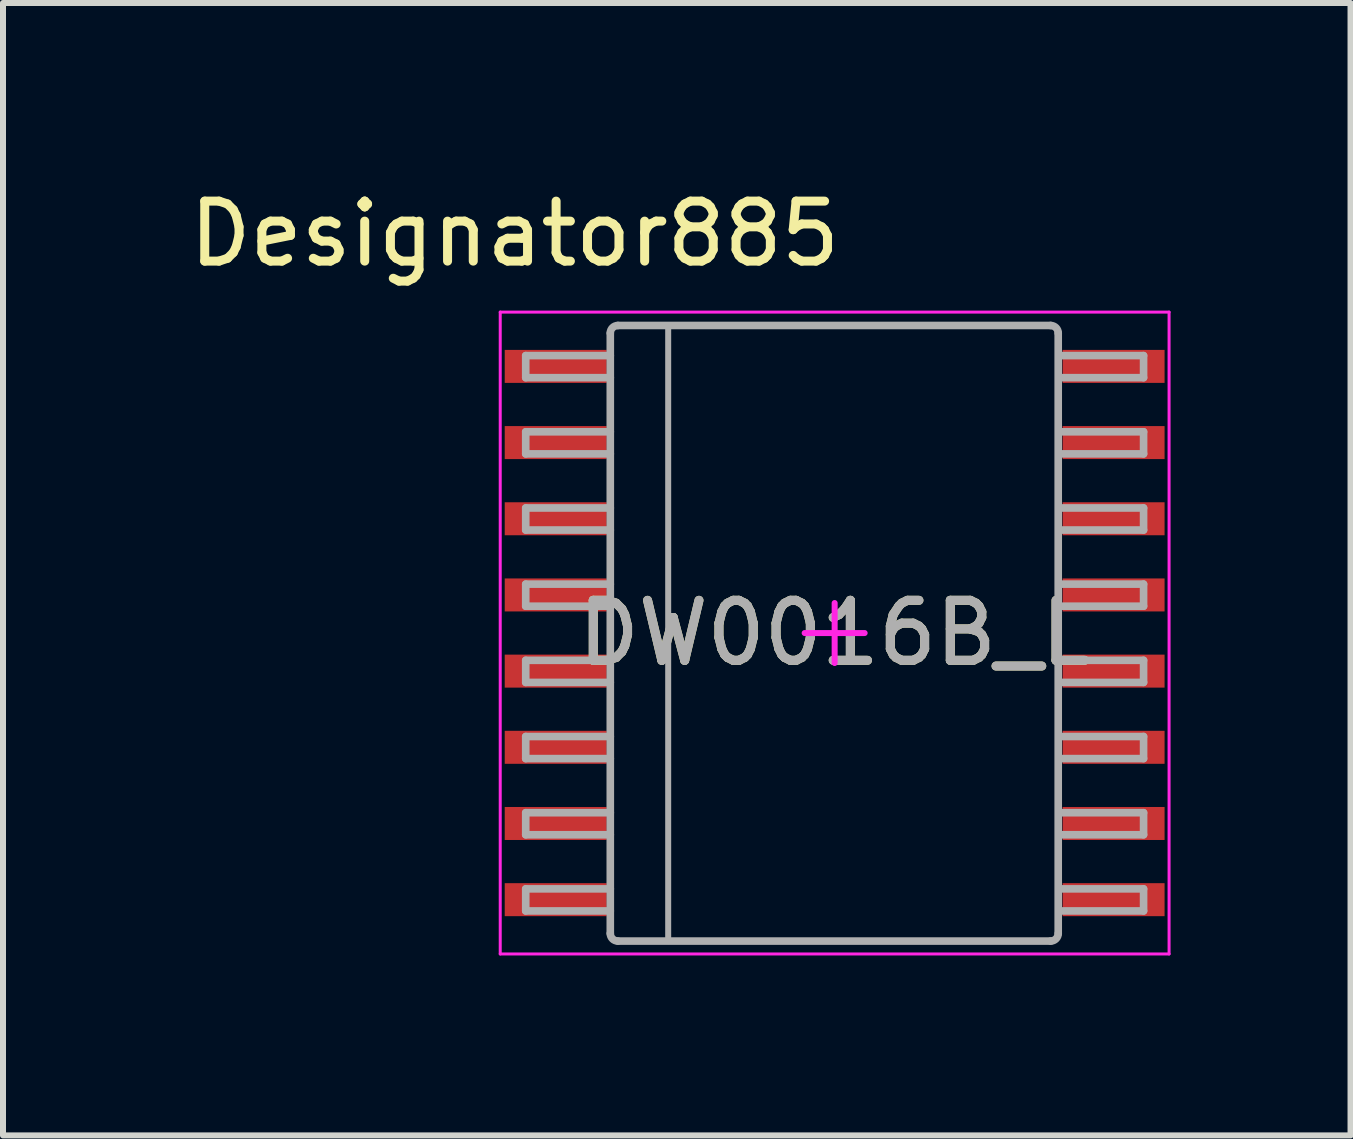
<source format=kicad_pcb>
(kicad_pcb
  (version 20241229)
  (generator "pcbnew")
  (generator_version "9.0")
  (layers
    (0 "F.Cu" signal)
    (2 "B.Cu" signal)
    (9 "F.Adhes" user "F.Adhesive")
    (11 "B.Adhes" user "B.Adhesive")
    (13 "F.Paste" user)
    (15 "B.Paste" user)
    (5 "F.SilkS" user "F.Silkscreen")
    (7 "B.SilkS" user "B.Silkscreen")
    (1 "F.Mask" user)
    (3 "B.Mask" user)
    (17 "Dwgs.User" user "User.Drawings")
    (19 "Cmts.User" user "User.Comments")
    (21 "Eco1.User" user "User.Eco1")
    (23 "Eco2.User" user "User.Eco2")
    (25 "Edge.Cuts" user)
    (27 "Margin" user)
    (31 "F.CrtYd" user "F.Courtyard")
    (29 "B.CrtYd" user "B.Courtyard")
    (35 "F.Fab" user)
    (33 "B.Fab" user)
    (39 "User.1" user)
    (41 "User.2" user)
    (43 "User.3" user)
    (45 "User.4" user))
  (footprint "DW0016B_L"
    (layer "F.Cu")
    (at 10.864 7.503)
    (property "Reference" "DW0016B_L" (at 0 0 0) (unlocked yes) (layer "F.SilkS") (effects (font (size 1 1) (thickness 0.15))))
    (attr smd)
    (fp_line (start -5.575 -5.35) (end 5.575 -5.35) (stroke (width 0.05) (type solid)) (layer "F.CrtYd"))
    (fp_line (start -5.575 5.35) (end -5.575 -5.35) (stroke (width 0.05) (type solid)) (layer "F.CrtYd"))
    (fp_line (start -5.575 5.35) (end 5.575 5.35) (stroke (width 0.05) (type solid)) (layer "F.CrtYd"))
    (fp_line (start -0.5 0) (end 0.5 0) (stroke (width 0.1) (type solid)) (layer "F.CrtYd"))
    (fp_line (start 0 0.5) (end 0 -0.5) (stroke (width 0.1) (type solid)) (layer "F.CrtYd"))
    (fp_line (start 5.575 5.35) (end 5.575 -5.35) (stroke (width 0.05) (type solid)) (layer "F.CrtYd"))
    (fp_line (start -5.15 -4.625) (end -3.74 -4.625) (stroke (width 0.127) (type solid)) (layer "F.Fab"))
    (fp_line (start -5.15 -4.257) (end -5.15 -4.625) (stroke (width 0.127) (type solid)) (layer "F.Fab"))
    (fp_line (start -5.15 -4.257) (end -3.74 -4.257) (stroke (width 0.127) (type solid)) (layer "F.Fab"))
    (fp_line (start -5.15 -3.355) (end -3.74 -3.355) (stroke (width 0.127) (type solid)) (layer "F.Fab"))
    (fp_line (start -5.15 -2.987) (end -5.15 -3.355) (stroke (width 0.127) (type solid)) (layer "F.Fab"))
    (fp_line (start -5.15 -2.987) (end -3.74 -2.987) (stroke (width 0.127) (type solid)) (layer "F.Fab"))
    (fp_line (start -5.15 -2.085) (end -3.74 -2.085) (stroke (width 0.127) (type solid)) (layer "F.Fab"))
    (fp_line (start -5.15 -1.717) (end -5.15 -2.085) (stroke (width 0.127) (type solid)) (layer "F.Fab"))
    (fp_line (start -5.15 -1.717) (end -3.74 -1.717) (stroke (width 0.127) (type solid)) (layer "F.Fab"))
    (fp_line (start -5.15 -0.815) (end -3.74 -0.815) (stroke (width 0.127) (type solid)) (layer "F.Fab"))
    (fp_line (start -5.15 -0.447) (end -5.15 -0.815) (stroke (width 0.127) (type solid)) (layer "F.Fab"))
    (fp_line (start -5.15 -0.447) (end -3.74 -0.447) (stroke (width 0.127) (type solid)) (layer "F.Fab"))
    (fp_line (start -5.15 0.455) (end -3.74 0.455) (stroke (width 0.127) (type solid)) (layer "F.Fab"))
    (fp_line (start -5.15 0.823) (end -5.15 0.455) (stroke (width 0.127) (type solid)) (layer "F.Fab"))
    (fp_line (start -5.15 0.823) (end -3.74 0.823) (stroke (width 0.127) (type solid)) (layer "F.Fab"))
    (fp_line (start -5.15 1.725) (end -3.74 1.725) (stroke (width 0.127) (type solid)) (layer "F.Fab"))
    (fp_line (start -5.15 2.093) (end -5.15 1.725) (stroke (width 0.127) (type solid)) (layer "F.Fab"))
    (fp_line (start -5.15 2.093) (end -3.74 2.093) (stroke (width 0.127) (type solid)) (layer "F.Fab"))
    (fp_line (start -5.15 2.995) (end -3.74 2.995) (stroke (width 0.127) (type solid)) (layer "F.Fab"))
    (fp_line (start -5.15 3.363) (end -5.15 2.995) (stroke (width 0.127) (type solid)) (layer "F.Fab"))
    (fp_line (start -5.15 3.363) (end -3.74 3.363) (stroke (width 0.127) (type solid)) (layer "F.Fab"))
    (fp_line (start -5.15 4.265) (end -3.74 4.265) (stroke (width 0.127) (type solid)) (layer "F.Fab"))
    (fp_line (start -5.15 4.633) (end -5.15 4.265) (stroke (width 0.127) (type solid)) (layer "F.Fab"))
    (fp_line (start -5.15 4.633) (end -3.74 4.633) (stroke (width 0.127) (type solid)) (layer "F.Fab"))
    (fp_line (start -3.74 5.008) (end -3.74 -5) (stroke (width 0.127) (type solid)) (layer "F.Fab"))
    (fp_line (start -3.614 -5.127) (end 3.601 -5.127) (stroke (width 0.127) (type solid)) (layer "F.Fab"))
    (fp_line (start -3.614 5.135) (end 3.601 5.135) (stroke (width 0.127) (type solid)) (layer "F.Fab"))
    (fp_line (start -2.775 5.135) (end -2.775 -5.127) (stroke (width 0.1) (type solid)) (layer "F.Fab"))
    (fp_line (start 3.727 5.008) (end 3.727 -5) (stroke (width 0.127) (type solid)) (layer "F.Fab"))
    (fp_line (start 3.74 -4.625) (end 5.15 -4.625) (stroke (width 0.127) (type solid)) (layer "F.Fab"))
    (fp_line (start 3.74 -4.257) (end 5.15 -4.257) (stroke (width 0.127) (type solid)) (layer "F.Fab"))
    (fp_line (start 3.74 -3.355) (end 5.15 -3.355) (stroke (width 0.127) (type solid)) (layer "F.Fab"))
    (fp_line (start 3.74 -2.987) (end 5.15 -2.987) (stroke (width 0.127) (type solid)) (layer "F.Fab"))
    (fp_line (start 3.74 -2.085) (end 5.15 -2.085) (stroke (width 0.127) (type solid)) (layer "F.Fab"))
    (fp_line (start 3.74 -1.717) (end 5.15 -1.717) (stroke (width 0.127) (type solid)) (layer "F.Fab"))
    (fp_line (start 3.74 -0.815) (end 5.15 -0.815) (stroke (width 0.127) (type solid)) (layer "F.Fab"))
    (fp_line (start 3.74 -0.447) (end 5.15 -0.447) (stroke (width 0.127) (type solid)) (layer "F.Fab"))
    (fp_line (start 3.74 0.455) (end 5.15 0.455) (stroke (width 0.127) (type solid)) (layer "F.Fab"))
    (fp_line (start 3.74 0.823) (end 5.15 0.823) (stroke (width 0.127) (type solid)) (layer "F.Fab"))
    (fp_line (start 3.74 1.725) (end 5.15 1.725) (stroke (width 0.127) (type solid)) (layer "F.Fab"))
    (fp_line (start 3.74 2.093) (end 5.15 2.093) (stroke (width 0.127) (type solid)) (layer "F.Fab"))
    (fp_line (start 3.74 2.995) (end 5.15 2.995) (stroke (width 0.127) (type solid)) (layer "F.Fab"))
    (fp_line (start 3.74 3.363) (end 5.15 3.363) (stroke (width 0.127) (type solid)) (layer "F.Fab"))
    (fp_line (start 3.74 4.265) (end 5.15 4.265) (stroke (width 0.127) (type solid)) (layer "F.Fab"))
    (fp_line (start 3.74 4.633) (end 5.15 4.633) (stroke (width 0.127) (type solid)) (layer "F.Fab"))
    (fp_line (start 5.15 -4.257) (end 5.15 -4.625) (stroke (width 0.127) (type solid)) (layer "F.Fab"))
    (fp_line (start 5.15 -2.987) (end 5.15 -3.355) (stroke (width 0.127) (type solid)) (layer "F.Fab"))
    (fp_line (start 5.15 -1.717) (end 5.15 -2.085) (stroke (width 0.127) (type solid)) (layer "F.Fab"))
    (fp_line (start 5.15 -0.447) (end 5.15 -0.815) (stroke (width 0.127) (type solid)) (layer "F.Fab"))
    (fp_line (start 5.15 0.823) (end 5.15 0.455) (stroke (width 0.127) (type solid)) (layer "F.Fab"))
    (fp_line (start 5.15 2.093) (end 5.15 1.725) (stroke (width 0.127) (type solid)) (layer "F.Fab"))
    (fp_line (start 5.15 3.363) (end 5.15 2.995) (stroke (width 0.127) (type solid)) (layer "F.Fab"))
    (fp_line (start 5.15 4.633) (end 5.15 4.265) (stroke (width 0.127) (type solid)) (layer "F.Fab"))
    (fp_arc (start -3.740299 -5.000131) (mid -3.703105 -5.089455) (end -3.613781 -5.126649) (stroke (width 0.127) (type solid)) (layer "F.Fab"))
    (fp_arc (start -3.613781 5.134949) (mid -3.703105 5.097755) (end -3.740299 5.008432) (stroke (width 0.127) (type solid)) (layer "F.Fab"))
    (fp_arc (start 3.600756 -5.126649) (mid 3.690092 -5.08946) (end 3.727299 -5.000131) (stroke (width 0.127) (type solid)) (layer "F.Fab"))
    (fp_arc (start 3.727299 5.008432) (mid 3.690092 5.09776) (end 3.600756 5.13495) (stroke (width 0.127) (type solid)) (layer "F.Fab"))
    (fp_text user "Designator885" (at -5.334 -6.655 0) (unlocked yes) (layer "F.SilkS") (effects (font (size 1 1) (thickness 0.15))))
    (fp_text user "${REFERENCE}" (at 0 0 0) (unlocked yes) (layer "F.Fab") (effects (font (size 1 1) (thickness 0.15))))
    (pad "1" smd rect (at -4.65 -4.445 90) (size 0.55 1.7) (layers "F.Cu" "F.Mask" "F.Paste"))
    (pad "2" smd rect (at -4.65 -3.175 90) (size 0.55 1.7) (layers "F.Cu" "F.Mask" "F.Paste"))
    (pad "3" smd rect (at -4.65 -1.905 90) (size 0.55 1.7) (layers "F.Cu" "F.Mask" "F.Paste"))
    (pad "4" smd rect (at -4.65 -0.635 90) (size 0.55 1.7) (layers "F.Cu" "F.Mask" "F.Paste"))
    (pad "5" smd rect (at -4.65 0.635 90) (size 0.55 1.7) (layers "F.Cu" "F.Mask" "F.Paste"))
    (pad "6" smd rect (at -4.65 1.905 90) (size 0.55 1.7) (layers "F.Cu" "F.Mask" "F.Paste"))
    (pad "7" smd rect (at -4.65 3.175 90) (size 0.55 1.7) (layers "F.Cu" "F.Mask" "F.Paste"))
    (pad "8" smd rect (at -4.65 4.445 90) (size 0.55 1.7) (layers "F.Cu" "F.Mask" "F.Paste"))
    (pad "9" smd rect (at 4.65 4.445 90) (size 0.55 1.7) (layers "F.Cu" "F.Mask" "F.Paste"))
    (pad "10" smd rect (at 4.65 3.175 90) (size 0.55 1.7) (layers "F.Cu" "F.Mask" "F.Paste"))
    (pad "11" smd rect (at 4.65 1.905 90) (size 0.55 1.7) (layers "F.Cu" "F.Mask" "F.Paste"))
    (pad "12" smd rect (at 4.65 0.635 90) (size 0.55 1.7) (layers "F.Cu" "F.Mask" "F.Paste"))
    (pad "13" smd rect (at 4.65 -0.635 90) (size 0.55 1.7) (layers "F.Cu" "F.Mask" "F.Paste"))
    (pad "14" smd rect (at 4.65 -1.905 90) (size 0.55 1.7) (layers "F.Cu" "F.Mask" "F.Paste"))
    (pad "15" smd rect (at 4.65 -3.175 90) (size 0.55 1.7) (layers "F.Cu" "F.Mask" "F.Paste"))
    (pad "16" smd rect (at 4.65 -4.445 90) (size 0.55 1.7) (layers "F.Cu" "F.Mask" "F.Paste")))
  (gr_rect
    (start -3 -3)
    (end 19.464 15.878)
    (stroke (width 0.1) (type default))
    (fill no)
    (layer "Edge.Cuts")))
</source>
